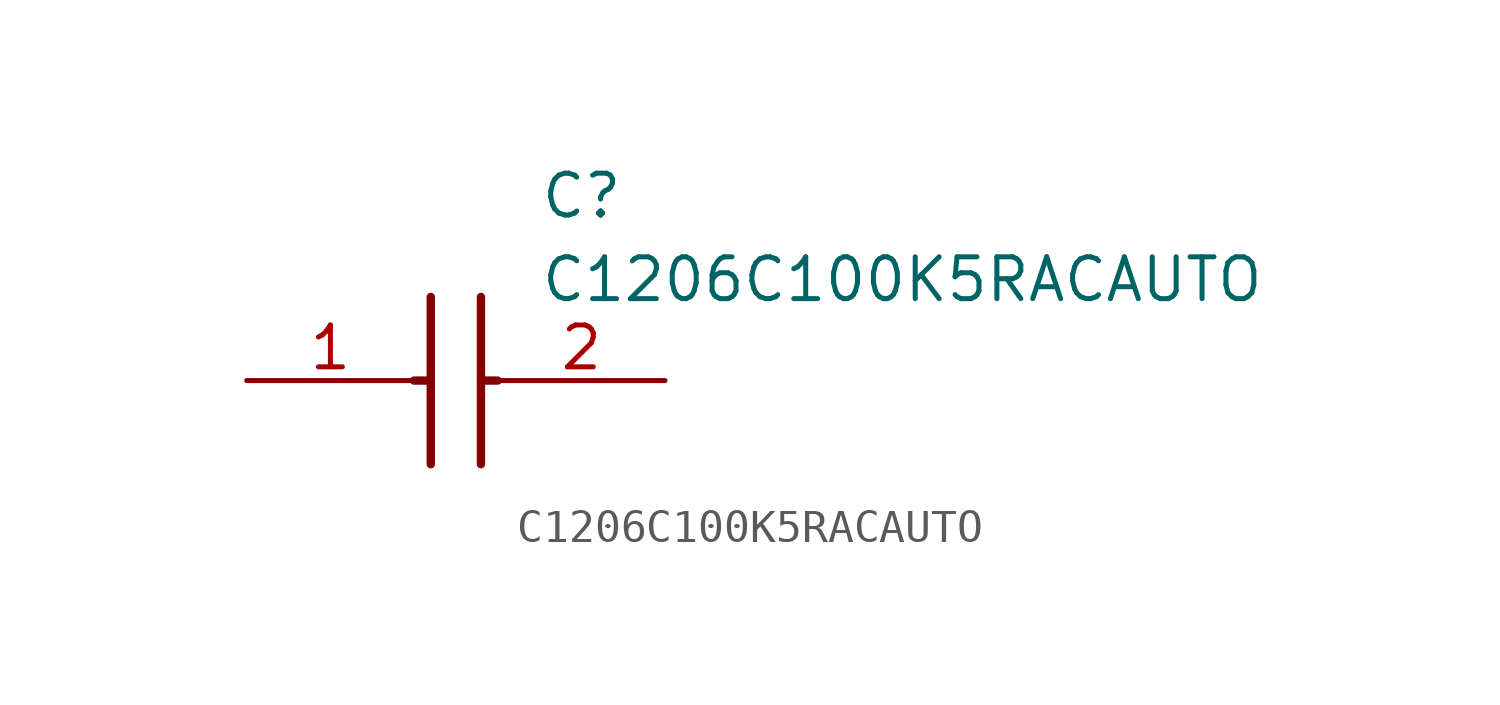
<source format=kicad_sym>
(kicad_symbol_lib
  (version 20211014)
  (generator SamacSys_ECAD_Model)
  (symbol "C1206C100K5RACAUTO"
    (pin_names hide)
    (property "Reference" "C"
      (at 8.89 6.35 0)
      (effects (font (size 1.27 1.27)) (justify left top)))
    (property "Value" "C1206C100K5RACAUTO"
      (at 8.89 3.81 0)
      (effects (font (size 1.27 1.27)) (justify left top)))
    (polyline
      (pts (xy 5.588 2.54) (xy 5.588 -2.54))
      (stroke (width 0.254) (type default))
      (fill (type none)))
    (polyline
      (pts (xy 7.112 2.54) (xy 7.112 -2.54))
      (stroke (width 0.254) (type default))
      (fill (type none)))
    (polyline
      (pts (xy 5.08 0) (xy 5.588 0))
      (stroke (width 0.254) (type default))
      (fill (type none)))
    (polyline
      (pts (xy 7.112 0) (xy 7.62 0))
      (stroke (width 0.254) (type default))
      (fill (type none)))
    (pin passive line
      (at 0 0 0)
      (length 5.08)
      (name "1" (effects (font (size 1.27 1.27))))
      (number "1" (effects (font (size 1.27 1.27)))))
    (pin passive line
      (at 12.7 0 180)
      (length 5.08)
      (name "2" (effects (font (size 1.27 1.27))))
      (number "2" (effects (font (size 1.27 1.27)))))))
</source>
